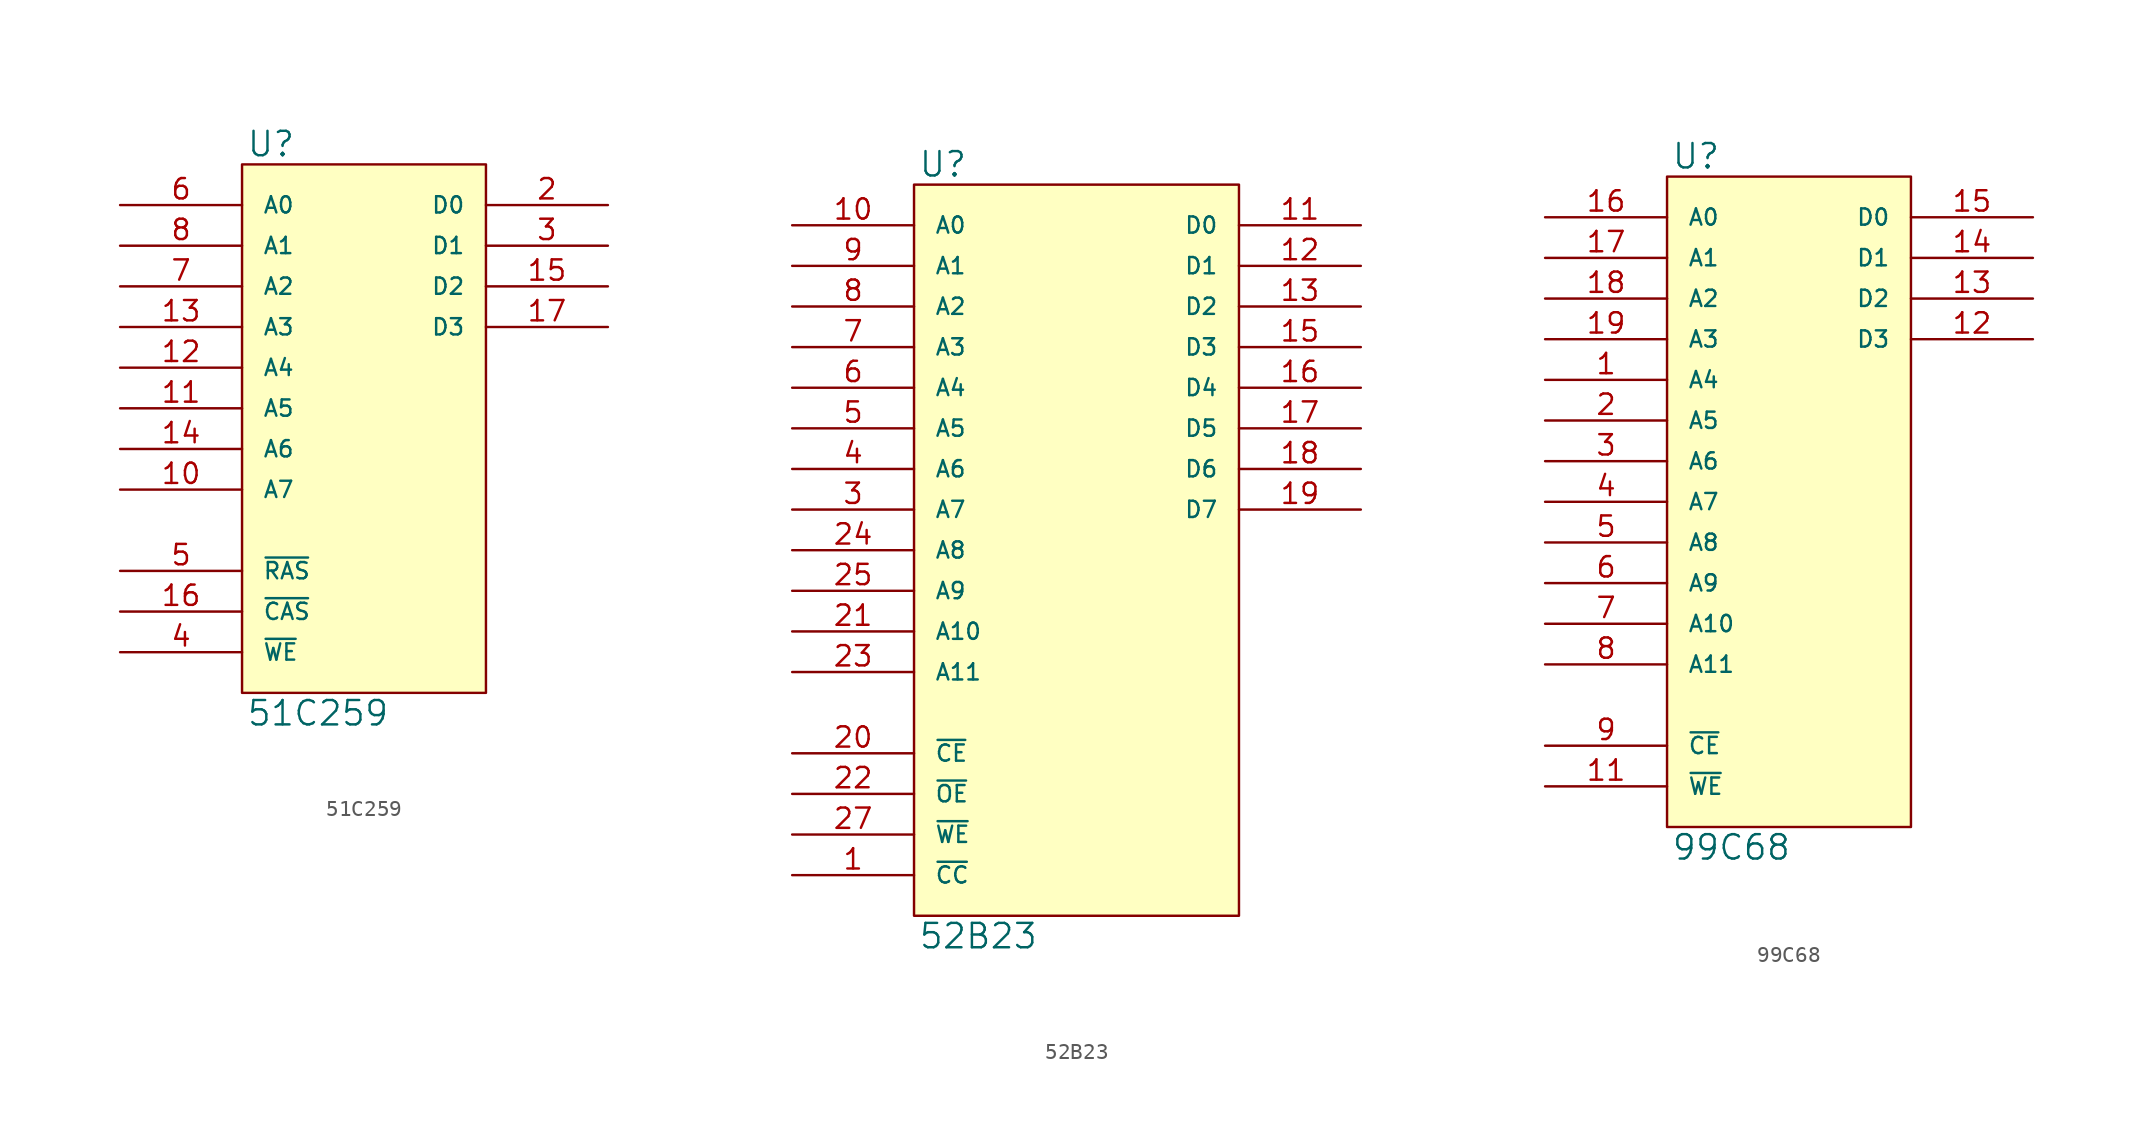
<source format=kicad_sym>
(kicad_symbol_lib
  (version 20231120)
  (generator "kicad_symbol_editor")
  (generator_version "8.0")
  (symbol "51C259"
    (pin_names
      (offset 1.27))
    (property "Reference" "U"
      (at 0.254 0.381 0)
      (effects (font (size 1.524 1.524)) (justify left bottom)))
    (property "Value" "51C259"
      (at 0.254 -33.401 0)
      (effects (font (size 1.524 1.524)) (justify left top)))
    (symbol "51C259_0_1"
      (rectangle (start 0 0) (end 15.24 -33.02) (stroke (width 0) (type solid)) (fill (type background))))
    (symbol "51C259_1_1"
      (pin input line (at -7.62 -20.32 0) (length 7.62) (name "A7" (effects (font (size 1.016 1.016)))) (number "10" (effects (font (size 1.27 1.27)))))
      (pin input line (at -7.62 -15.24 0) (length 7.62) (name "A5" (effects (font (size 1.016 1.016)))) (number "11" (effects (font (size 1.27 1.27)))))
      (pin input line (at -7.62 -12.7 0) (length 7.62) (name "A4" (effects (font (size 1.016 1.016)))) (number "12" (effects (font (size 1.27 1.27)))))
      (pin input line (at -7.62 -10.16 0) (length 7.62) (name "A3" (effects (font (size 1.016 1.016)))) (number "13" (effects (font (size 1.27 1.27)))))
      (pin input line (at -7.62 -17.78 0) (length 7.62) (name "A6" (effects (font (size 1.016 1.016)))) (number "14" (effects (font (size 1.27 1.27)))))
      (pin bidirectional line (at 22.86 -7.62 180) (length 7.62) (name "D2" (effects (font (size 1.016 1.016)))) (number "15" (effects (font (size 1.27 1.27)))))
      (pin input line (at -7.62 -27.94 0) (length 7.62) (name "~{CAS}" (effects (font (size 1.016 1.016)))) (number "16" (effects (font (size 1.27 1.27)))))
      (pin bidirectional line (at 22.86 -10.16 180) (length 7.62) (name "D3" (effects (font (size 1.016 1.016)))) (number "17" (effects (font (size 1.27 1.27)))))
      (pin power_in line (at 0 -33.02 90) (length 0) hide (name "VSS" (effects (font (size 1.016 1.016)))) (number "18" (effects (font (size 1.27 1.27)))))
      (pin bidirectional line (at 22.86 -2.54 180) (length 7.62) (name "D0" (effects (font (size 1.016 1.016)))) (number "2" (effects (font (size 1.27 1.27)))))
      (pin bidirectional line (at 22.86 -5.08 180) (length 7.62) (name "D1" (effects (font (size 1.016 1.016)))) (number "3" (effects (font (size 1.27 1.27)))))
      (pin input line (at -7.62 -30.48 0) (length 7.62) (name "~{WE}" (effects (font (size 1.016 1.016)))) (number "4" (effects (font (size 1.27 1.27)))))
      (pin input line (at -7.62 -25.4 0) (length 7.62) (name "~{RAS}" (effects (font (size 1.016 1.016)))) (number "5" (effects (font (size 1.27 1.27)))))
      (pin input line (at -7.62 -2.54 0) (length 7.62) (name "A0" (effects (font (size 1.016 1.016)))) (number "6" (effects (font (size 1.27 1.27)))))
      (pin input line (at -7.62 -7.62 0) (length 7.62) (name "A2" (effects (font (size 1.016 1.016)))) (number "7" (effects (font (size 1.27 1.27)))))
      (pin input line (at -7.62 -5.08 0) (length 7.62) (name "A1" (effects (font (size 1.016 1.016)))) (number "8" (effects (font (size 1.27 1.27)))))
      (pin power_in line (at 0 0 270) (length 0) hide (name "VCC" (effects (font (size 1.016 1.016)))) (number "9" (effects (font (size 1.27 1.27)))))))
  (symbol "52B23"
    (pin_names
      (offset 1.27))
    (property "Reference" "U"
      (at 0.254 0.381 0)
      (effects (font (size 1.524 1.524)) (justify left bottom)))
    (property "Value" "52B23"
      (at 0.254 -46.101 0)
      (effects (font (size 1.524 1.524)) (justify left top)))
    (symbol "52B23_0_1"
      (rectangle (start 0 0) (end 20.32 -45.72) (stroke (width 0) (type solid)) (fill (type background))))
    (symbol "52B23_1_1"
      (pin input line (at -7.62 -43.18 0) (length 7.62) (name "~{CC}" (effects (font (size 1.016 1.016)))) (number "1" (effects (font (size 1.27 1.27)))))
      (pin input line (at -7.62 -2.54 0) (length 7.62) (name "A0" (effects (font (size 1.016 1.016)))) (number "10" (effects (font (size 1.27 1.27)))))
      (pin tri_state line (at 27.94 -2.54 180) (length 7.62) (name "D0" (effects (font (size 1.016 1.016)))) (number "11" (effects (font (size 1.27 1.27)))))
      (pin tri_state line (at 27.94 -5.08 180) (length 7.62) (name "D1" (effects (font (size 1.016 1.016)))) (number "12" (effects (font (size 1.27 1.27)))))
      (pin tri_state line (at 27.94 -7.62 180) (length 7.62) (name "D2" (effects (font (size 1.016 1.016)))) (number "13" (effects (font (size 1.27 1.27)))))
      (pin power_in line (at 0 -45.72 90) (length 0) hide (name "GND" (effects (font (size 1.016 1.016)))) (number "14" (effects (font (size 1.27 1.27)))))
      (pin tri_state line (at 27.94 -10.16 180) (length 7.62) (name "D3" (effects (font (size 1.016 1.016)))) (number "15" (effects (font (size 1.27 1.27)))))
      (pin tri_state line (at 27.94 -12.7 180) (length 7.62) (name "D4" (effects (font (size 1.016 1.016)))) (number "16" (effects (font (size 1.27 1.27)))))
      (pin tri_state line (at 27.94 -15.24 180) (length 7.62) (name "D5" (effects (font (size 1.016 1.016)))) (number "17" (effects (font (size 1.27 1.27)))))
      (pin tri_state line (at 27.94 -17.78 180) (length 7.62) (name "D6" (effects (font (size 1.016 1.016)))) (number "18" (effects (font (size 1.27 1.27)))))
      (pin tri_state line (at 27.94 -20.32 180) (length 7.62) (name "D7" (effects (font (size 1.016 1.016)))) (number "19" (effects (font (size 1.27 1.27)))))
      (pin input line (at -7.62 -35.56 0) (length 7.62) (name "~{CE}" (effects (font (size 1.016 1.016)))) (number "20" (effects (font (size 1.27 1.27)))))
      (pin input line (at -7.62 -27.94 0) (length 7.62) (name "A10" (effects (font (size 1.016 1.016)))) (number "21" (effects (font (size 1.27 1.27)))))
      (pin input line (at -7.62 -38.1 0) (length 7.62) (name "~{OE}" (effects (font (size 1.016 1.016)))) (number "22" (effects (font (size 1.27 1.27)))))
      (pin input line (at -7.62 -30.48 0) (length 7.62) (name "A11" (effects (font (size 1.016 1.016)))) (number "23" (effects (font (size 1.27 1.27)))))
      (pin input line (at -7.62 -22.86 0) (length 7.62) (name "A8" (effects (font (size 1.016 1.016)))) (number "24" (effects (font (size 1.27 1.27)))))
      (pin input line (at -7.62 -25.4 0) (length 7.62) (name "A9" (effects (font (size 1.016 1.016)))) (number "25" (effects (font (size 1.27 1.27)))))
      (pin input line (at -7.62 -40.64 0) (length 7.62) (name "~{WE}" (effects (font (size 1.016 1.016)))) (number "27" (effects (font (size 1.27 1.27)))))
      (pin power_in line (at 0 0 270) (length 0) hide (name "VCC" (effects (font (size 1.016 1.016)))) (number "28" (effects (font (size 1.27 1.27)))))
      (pin input line (at -7.62 -20.32 0) (length 7.62) (name "A7" (effects (font (size 1.016 1.016)))) (number "3" (effects (font (size 1.27 1.27)))))
      (pin input line (at -7.62 -17.78 0) (length 7.62) (name "A6" (effects (font (size 1.016 1.016)))) (number "4" (effects (font (size 1.27 1.27)))))
      (pin input line (at -7.62 -15.24 0) (length 7.62) (name "A5" (effects (font (size 1.016 1.016)))) (number "5" (effects (font (size 1.27 1.27)))))
      (pin input line (at -7.62 -12.7 0) (length 7.62) (name "A4" (effects (font (size 1.016 1.016)))) (number "6" (effects (font (size 1.27 1.27)))))
      (pin input line (at -7.62 -10.16 0) (length 7.62) (name "A3" (effects (font (size 1.016 1.016)))) (number "7" (effects (font (size 1.27 1.27)))))
      (pin input line (at -7.62 -7.62 0) (length 7.62) (name "A2" (effects (font (size 1.016 1.016)))) (number "8" (effects (font (size 1.27 1.27)))))
      (pin input line (at -7.62 -5.08 0) (length 7.62) (name "A1" (effects (font (size 1.016 1.016)))) (number "9" (effects (font (size 1.27 1.27)))))))
  (symbol "99C68"
    (pin_names
      (offset 1.27))
    (property "Reference" "U"
      (at 0.254 0.381 0)
      (effects (font (size 1.524 1.524)) (justify left bottom)))
    (property "Value" "99C68"
      (at 0.254 -41.021 0)
      (effects (font (size 1.524 1.524)) (justify left top)))
    (symbol "99C68_0_1"
      (rectangle (start 0 0) (end 15.24 -40.64) (stroke (width 0) (type solid)) (fill (type background))))
    (symbol "99C68_1_1"
      (pin input line (at -7.62 -12.7 0) (length 7.62) (name "A4" (effects (font (size 1.016 1.016)))) (number "1" (effects (font (size 1.27 1.27)))))
      (pin power_in line (at 0 -40.64 90) (length 0) hide (name "GND" (effects (font (size 1.016 1.016)))) (number "10" (effects (font (size 1.27 1.27)))))
      (pin input line (at -7.62 -38.1 0) (length 7.62) (name "~{WE}" (effects (font (size 1.016 1.016)))) (number "11" (effects (font (size 1.27 1.27)))))
      (pin tri_state line (at 22.86 -10.16 180) (length 7.62) (name "D3" (effects (font (size 1.016 1.016)))) (number "12" (effects (font (size 1.27 1.27)))))
      (pin tri_state line (at 22.86 -7.62 180) (length 7.62) (name "D2" (effects (font (size 1.016 1.016)))) (number "13" (effects (font (size 1.27 1.27)))))
      (pin tri_state line (at 22.86 -5.08 180) (length 7.62) (name "D1" (effects (font (size 1.016 1.016)))) (number "14" (effects (font (size 1.27 1.27)))))
      (pin tri_state line (at 22.86 -2.54 180) (length 7.62) (name "D0" (effects (font (size 1.016 1.016)))) (number "15" (effects (font (size 1.27 1.27)))))
      (pin input line (at -7.62 -2.54 0) (length 7.62) (name "A0" (effects (font (size 1.016 1.016)))) (number "16" (effects (font (size 1.27 1.27)))))
      (pin input line (at -7.62 -5.08 0) (length 7.62) (name "A1" (effects (font (size 1.016 1.016)))) (number "17" (effects (font (size 1.27 1.27)))))
      (pin input line (at -7.62 -7.62 0) (length 7.62) (name "A2" (effects (font (size 1.016 1.016)))) (number "18" (effects (font (size 1.27 1.27)))))
      (pin input line (at -7.62 -10.16 0) (length 7.62) (name "A3" (effects (font (size 1.016 1.016)))) (number "19" (effects (font (size 1.27 1.27)))))
      (pin input line (at -7.62 -15.24 0) (length 7.62) (name "A5" (effects (font (size 1.016 1.016)))) (number "2" (effects (font (size 1.27 1.27)))))
      (pin power_in line (at 0 0 270) (length 0) hide (name "VCC" (effects (font (size 1.016 1.016)))) (number "20" (effects (font (size 1.27 1.27)))))
      (pin input line (at -7.62 -17.78 0) (length 7.62) (name "A6" (effects (font (size 1.016 1.016)))) (number "3" (effects (font (size 1.27 1.27)))))
      (pin input line (at -7.62 -20.32 0) (length 7.62) (name "A7" (effects (font (size 1.016 1.016)))) (number "4" (effects (font (size 1.27 1.27)))))
      (pin input line (at -7.62 -22.86 0) (length 7.62) (name "A8" (effects (font (size 1.016 1.016)))) (number "5" (effects (font (size 1.27 1.27)))))
      (pin input line (at -7.62 -25.4 0) (length 7.62) (name "A9" (effects (font (size 1.016 1.016)))) (number "6" (effects (font (size 1.27 1.27)))))
      (pin input line (at -7.62 -27.94 0) (length 7.62) (name "A10" (effects (font (size 1.016 1.016)))) (number "7" (effects (font (size 1.27 1.27)))))
      (pin input line (at -7.62 -30.48 0) (length 7.62) (name "A11" (effects (font (size 1.016 1.016)))) (number "8" (effects (font (size 1.27 1.27)))))
      (pin input line (at -7.62 -35.56 0) (length 7.62) (name "~{CE}" (effects (font (size 1.016 1.016)))) (number "9" (effects (font (size 1.27 1.27))))))))
</source>
